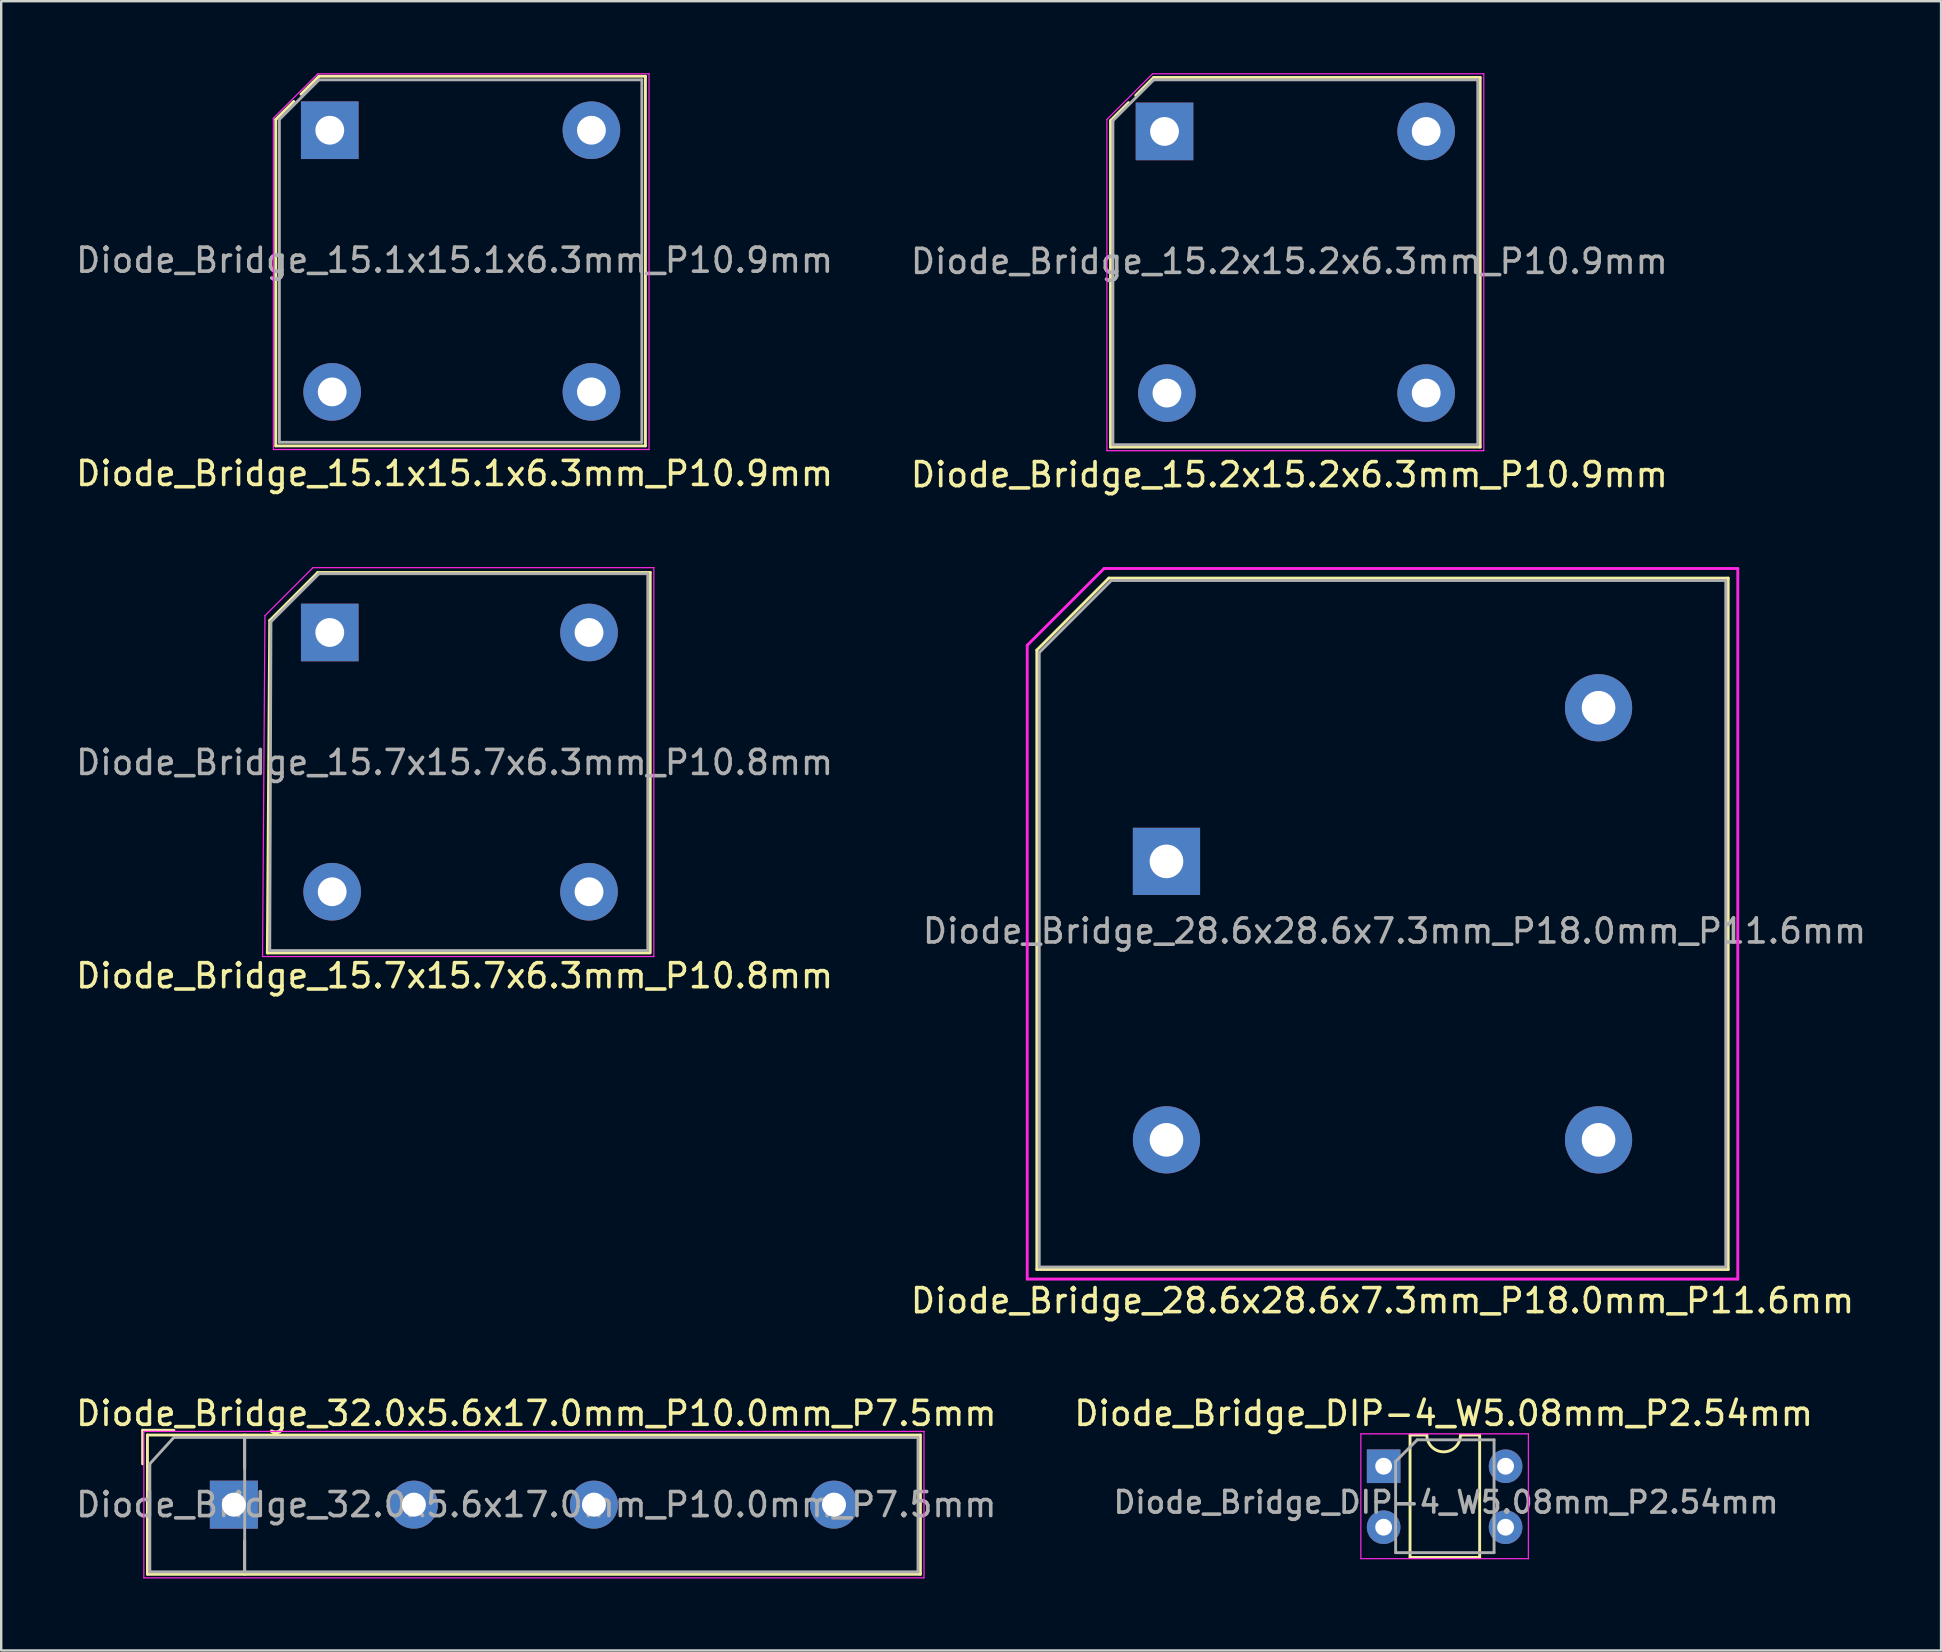
<source format=kicad_pcb>
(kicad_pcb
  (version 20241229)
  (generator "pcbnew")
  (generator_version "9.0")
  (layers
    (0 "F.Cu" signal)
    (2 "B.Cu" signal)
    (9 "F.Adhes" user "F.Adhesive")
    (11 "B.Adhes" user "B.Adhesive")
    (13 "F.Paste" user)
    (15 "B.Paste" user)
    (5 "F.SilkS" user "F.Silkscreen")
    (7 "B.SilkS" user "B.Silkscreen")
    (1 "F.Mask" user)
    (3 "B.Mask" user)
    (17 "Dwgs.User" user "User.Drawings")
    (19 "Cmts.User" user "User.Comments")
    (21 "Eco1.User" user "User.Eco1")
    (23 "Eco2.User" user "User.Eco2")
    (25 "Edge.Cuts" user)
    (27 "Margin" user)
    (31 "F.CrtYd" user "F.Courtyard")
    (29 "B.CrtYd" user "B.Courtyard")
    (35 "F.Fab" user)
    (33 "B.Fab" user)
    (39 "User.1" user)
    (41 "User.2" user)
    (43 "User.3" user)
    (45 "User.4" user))
  (footprint "Diode_Bridge_28.6x28.6x7.3mm_P18.0mm_P11.6mm"
    (layer "F.Cu")
    (at 45.542 32.833)
    (property "Reference" "Diode_Bridge_28.6x28.6x7.3mm_P18.0mm_P11.6mm" (at 9 18.3 180) (layer "F.SilkS") (effects (font (size 1 1) (thickness 0.15))))
    (attr through_hole)
    (fp_line (start -5.4 -8.8) (end -5.4 17) (stroke (width 0.12) (type solid)) (layer "F.SilkS"))
    (fp_line (start -5.4 17) (end 23.4 17) (stroke (width 0.12) (type solid)) (layer "F.SilkS"))
    (fp_line (start -2.4 -11.8) (end -5.4 -8.8) (stroke (width 0.12) (type solid)) (layer "F.SilkS"))
    (fp_line (start 23.4 -11.8) (end -2.4 -11.8) (stroke (width 0.12) (type solid)) (layer "F.SilkS"))
    (fp_line (start 23.4 17) (end 23.4 -11.8) (stroke (width 0.12) (type solid)) (layer "F.SilkS"))
    (fp_line (start -5.8 -9) (end -5.8 17.4) (stroke (width 0.12) (type solid)) (layer "F.CrtYd"))
    (fp_line (start -5.8 17.4) (end 23.8 17.4) (stroke (width 0.12) (type solid)) (layer "F.CrtYd"))
    (fp_line (start -2.6 -12.2) (end -5.8 -9) (stroke (width 0.12) (type solid)) (layer "F.CrtYd"))
    (fp_line (start 23.8 -12.2) (end -2.6 -12.2) (stroke (width 0.12) (type solid)) (layer "F.CrtYd"))
    (fp_line (start 23.8 17.4) (end 23.8 -12.2) (stroke (width 0.12) (type solid)) (layer "F.CrtYd"))
    (fp_line (start -5.3 -8.7) (end -5.3 16.9) (stroke (width 0.12) (type solid)) (layer "F.Fab"))
    (fp_line (start -5.3 16.9) (end 23.3 16.9) (stroke (width 0.12) (type solid)) (layer "F.Fab"))
    (fp_line (start -2.3 -11.7) (end -5.3 -8.7) (stroke (width 0.12) (type solid)) (layer "F.Fab"))
    (fp_line (start 23.3 -11.7) (end -2.3 -11.7) (stroke (width 0.12) (type solid)) (layer "F.Fab"))
    (fp_line (start 23.3 16.9) (end 23.3 -11.7) (stroke (width 0.12) (type solid)) (layer "F.Fab"))
    (fp_text user "${REFERENCE}" (at 9.5 2.9 180) (layer "F.Fab") (effects (font (size 1 1) (thickness 0.15))))
    (pad "1" thru_hole rect (at 0 0 180) (size 2.8 2.8) (drill 1.4) (layers "*.Cu" "*.Mask"))
    (pad "2" thru_hole circle (at 0 11.6 180) (size 2.8 2.8) (drill 1.4) (layers "*.Cu" "*.Mask"))
    (pad "3" thru_hole circle (at 18 11.6 180) (size 2.8 2.8) (drill 1.4) (layers "*.Cu" "*.Mask"))
    (pad "4" thru_hole circle (at 18 -6.4 180) (size 2.8 2.8) (drill 1.4) (layers "*.Cu" "*.Mask")))
  (footprint "Diode_Bridge_32.0x5.6x17.0mm_P10.0mm_P7.5mm"
    (layer "F.Cu")
    (at 6.692 59.63)
    (property "Reference" "Diode_Bridge_32.0x5.6x17.0mm_P10.0mm_P7.5mm" (at 12.6 -3.8 180) (layer "F.SilkS") (effects (font (size 1 1) (thickness 0.15))))
    (attr through_hole)
    (fp_line (start -3.8 -3.1) (end -2.5 -3.1) (stroke (width 0.12) (type solid)) (layer "F.SilkS"))
    (fp_line (start -3.8 -1.7) (end -3.8 -3.1) (stroke (width 0.12) (type solid)) (layer "F.SilkS"))
    (fp_line (start -3.6 -2.9) (end 28.6 -2.9) (stroke (width 0.12) (type solid)) (layer "F.SilkS"))
    (fp_line (start -3.6 2.9) (end -3.6 -2.9) (stroke (width 0.12) (type solid)) (layer "F.SilkS"))
    (fp_line (start 0.45 -2.9) (end 0.45 -1.5) (stroke (width 0.12) (type solid)) (layer "F.SilkS"))
    (fp_line (start 0.45 2.9) (end 0.45 1.5) (stroke (width 0.12) (type solid)) (layer "F.SilkS"))
    (fp_line (start 28.6 -2.9) (end 28.6 2.9) (stroke (width 0.12) (type solid)) (layer "F.SilkS"))
    (fp_line (start 28.6 2.9) (end -3.6 2.9) (stroke (width 0.12) (type solid)) (layer "F.SilkS"))
    (fp_line (start -3.75 -3.05) (end 28.75 -3.05) (stroke (width 0.05) (type solid)) (layer "F.CrtYd"))
    (fp_line (start -3.75 3.05) (end -3.75 -3.05) (stroke (width 0.05) (type solid)) (layer "F.CrtYd"))
    (fp_line (start 28.75 -3.05) (end 28.75 3.05) (stroke (width 0.05) (type solid)) (layer "F.CrtYd"))
    (fp_line (start 28.75 3.05) (end -3.75 3.05) (stroke (width 0.05) (type solid)) (layer "F.CrtYd"))
    (fp_line (start -3.5 -1.7) (end -3.5 2.8) (stroke (width 0.12) (type solid)) (layer "F.Fab"))
    (fp_line (start -3.5 2.8) (end 28.5 2.8) (stroke (width 0.12) (type solid)) (layer "F.Fab"))
    (fp_line (start -2.5 -2.8) (end -3.5 -1.7) (stroke (width 0.12) (type solid)) (layer "F.Fab"))
    (fp_line (start 0.45 -2.8) (end 0.45 2.8) (stroke (width 0.12) (type solid)) (layer "F.Fab"))
    (fp_line (start 28.5 -2.8) (end -2.5 -2.8) (stroke (width 0.12) (type solid)) (layer "F.Fab"))
    (fp_line (start 28.5 2.8) (end 28.5 -2.8) (stroke (width 0.12) (type solid)) (layer "F.Fab"))
    (fp_text user "${REFERENCE}" (at 12.6 0 180) (layer "F.Fab") (effects (font (size 1 1) (thickness 0.15))))
    (pad "1" thru_hole rect (at 0 0) (size 2 2) (drill 1) (layers "*.Cu" "*.Mask"))
    (pad "2" thru_hole circle (at 7.5 0) (size 2 2) (drill 1) (layers "*.Cu" "*.Mask"))
    (pad "3" thru_hole circle (at 15 0) (size 2 2) (drill 1) (layers "*.Cu" "*.Mask"))
    (pad "4" thru_hole circle (at 25 0) (size 2 2) (drill 1) (layers "*.Cu" "*.Mask")))
  (footprint "Diode_Bridge_15.1x15.1x6.3mm_P10.9mm"
    (layer "F.Cu")
    (at 10.687 2.375)
    (property "Reference" "Diode_Bridge_15.1x15.1x6.3mm_P10.9mm" (at 5.2 14.3 180) (layer "F.SilkS") (effects (font (size 1 1) (thickness 0.15))))
    (attr through_hole)
    (fp_line (start -2.25 -0.45) (end -1.5 -1.2) (stroke (width 0.12) (type solid)) (layer "F.SilkS"))
    (fp_line (start -2.25 13.15) (end -2.25 -0.45) (stroke (width 0.12) (type solid)) (layer "F.SilkS"))
    (fp_line (start -1.2 -1.5) (end -0.45 -2.25) (stroke (width 0.12) (type solid)) (layer "F.SilkS"))
    (fp_line (start -0.45 -2.25) (end 13.15 -2.25) (stroke (width 0.12) (type solid)) (layer "F.SilkS"))
    (fp_line (start 13.15 -2.25) (end 13.15 13.15) (stroke (width 0.12) (type solid)) (layer "F.SilkS"))
    (fp_line (start 13.15 13.15) (end -2.25 13.15) (stroke (width 0.12) (type solid)) (layer "F.SilkS"))
    (fp_line (start -2.35 -0.5) (end -0.5 -2.35) (stroke (width 0.05) (type solid)) (layer "F.CrtYd"))
    (fp_line (start -2.35 13.3) (end -2.35 -0.5) (stroke (width 0.05) (type solid)) (layer "F.CrtYd"))
    (fp_line (start -0.5 -2.35) (end 13.3 -2.35) (stroke (width 0.05) (type solid)) (layer "F.CrtYd"))
    (fp_line (start 13.3 -2.35) (end 13.3 13.3) (stroke (width 0.05) (type solid)) (layer "F.CrtYd"))
    (fp_line (start 13.3 13.3) (end -2.35 13.3) (stroke (width 0.05) (type solid)) (layer "F.CrtYd"))
    (fp_line (start -2.1 -0.45) (end -0.45 -2.1) (stroke (width 0.12) (type solid)) (layer "F.Fab"))
    (fp_line (start -2.1 13) (end -2.1 -0.45) (stroke (width 0.12) (type solid)) (layer "F.Fab"))
    (fp_line (start -0.45 -2.1) (end 13 -2.1) (stroke (width 0.12) (type solid)) (layer "F.Fab"))
    (fp_line (start 13 -2.1) (end 13 13) (stroke (width 0.12) (type solid)) (layer "F.Fab"))
    (fp_line (start 13 13) (end -2.1 13) (stroke (width 0.12) (type solid)) (layer "F.Fab"))
    (fp_text user "${REFERENCE}" (at 5.2 5.415 180) (layer "F.Fab") (effects (font (size 1 1) (thickness 0.15))))
    (pad "1" thru_hole rect (at 0 0 180) (size 2.4 2.4) (drill 1.2) (layers "*.Cu" "*.Mask"))
    (pad "2" thru_hole circle (at 0.1 10.9 180) (size 2.4 2.4) (drill 1.2) (layers "*.Cu" "*.Mask"))
    (pad "3" thru_hole circle (at 10.9 10.9 180) (size 2.4 2.4) (drill 1.2) (layers "*.Cu" "*.Mask"))
    (pad "4" thru_hole circle (at 10.9 0 180) (size 2.4 2.4) (drill 1.2) (layers "*.Cu" "*.Mask")))
  (footprint "Diode_Bridge_15.7x15.7x6.3mm_P10.8mm"
    (layer "F.Cu")
    (at 10.687 23.298)
    (property "Reference" "Diode_Bridge_15.7x15.7x6.3mm_P10.8mm" (at 5.2 14.3 180) (layer "F.SilkS") (effects (font (size 1 1) (thickness 0.15))))
    (attr through_hole)
    (fp_line (start -2.6 13.35) (end -2.5 -0.5) (stroke (width 0.12) (type solid)) (layer "F.SilkS"))
    (fp_line (start -2.5 -0.5) (end -0.5 -2.5) (stroke (width 0.12) (type solid)) (layer "F.SilkS"))
    (fp_line (start -0.5 -2.5) (end 13.35 -2.5) (stroke (width 0.12) (type solid)) (layer "F.SilkS"))
    (fp_line (start 13.3 13.35) (end -2.6 13.35) (stroke (width 0.12) (type solid)) (layer "F.SilkS"))
    (fp_line (start 13.35 -2.5) (end 13.35 13.35) (stroke (width 0.12) (type solid)) (layer "F.SilkS"))
    (fp_line (start -2.8 13.5) (end -2.7 -0.7) (stroke (width 0.05) (type solid)) (layer "F.CrtYd"))
    (fp_line (start -2.7 -0.7) (end -0.7 -2.7) (stroke (width 0.05) (type solid)) (layer "F.CrtYd"))
    (fp_line (start -0.7 -2.7) (end 13.5 -2.7) (stroke (width 0.05) (type solid)) (layer "F.CrtYd"))
    (fp_line (start 13.5 -2.7) (end 13.5 13.5) (stroke (width 0.05) (type solid)) (layer "F.CrtYd"))
    (fp_line (start 13.5 13.5) (end -2.8 13.5) (stroke (width 0.05) (type solid)) (layer "F.CrtYd"))
    (fp_line (start -2.5 13.25) (end -2.45 -0.45) (stroke (width 0.12) (type solid)) (layer "F.Fab"))
    (fp_line (start -2.45 -0.45) (end -0.45 -2.45) (stroke (width 0.12) (type solid)) (layer "F.Fab"))
    (fp_line (start -0.45 -2.45) (end 13.25 -2.45) (stroke (width 0.12) (type solid)) (layer "F.Fab"))
    (fp_line (start 13.25 -2.45) (end 13.25 13.25) (stroke (width 0.12) (type solid)) (layer "F.Fab"))
    (fp_line (start 13.25 13.25) (end -2.5 13.25) (stroke (width 0.12) (type solid)) (layer "F.Fab"))
    (fp_text user "${REFERENCE}" (at 5.2 5.415 180) (layer "F.Fab") (effects (font (size 1 1) (thickness 0.15))))
    (pad "1" thru_hole rect (at 0 0 180) (size 2.4 2.4) (drill 1.2) (layers "*.Cu" "*.Mask"))
    (pad "2" thru_hole circle (at 0.1 10.8 180) (size 2.4 2.4) (drill 1.2) (layers "*.Cu" "*.Mask"))
    (pad "3" thru_hole circle (at 10.8 10.8 180) (size 2.4 2.4) (drill 1.2) (layers "*.Cu" "*.Mask"))
    (pad "4" thru_hole circle (at 10.8 0 180) (size 2.4 2.4) (drill 1.2) (layers "*.Cu" "*.Mask")))
  (footprint "Diode_Bridge_15.2x15.2x6.3mm_P10.9mm"
    (layer "F.Cu")
    (at 45.461 2.425)
    (property "Reference" "Diode_Bridge_15.2x15.2x6.3mm_P10.9mm" (at 5.2 14.3 180) (layer "F.SilkS") (effects (font (size 1 1) (thickness 0.15))))
    (attr through_hole)
    (fp_line (start -2.25 -0.45) (end -1.5 -1.2) (stroke (width 0.12) (type solid)) (layer "F.SilkS"))
    (fp_line (start -2.25 13.15) (end -2.25 -0.45) (stroke (width 0.12) (type solid)) (layer "F.SilkS"))
    (fp_line (start -1.2 -1.5) (end -0.45 -2.25) (stroke (width 0.12) (type solid)) (layer "F.SilkS"))
    (fp_line (start -0.45 -2.25) (end 13.15 -2.25) (stroke (width 0.12) (type solid)) (layer "F.SilkS"))
    (fp_line (start 13.15 -2.25) (end 13.15 13.15) (stroke (width 0.12) (type solid)) (layer "F.SilkS"))
    (fp_line (start 13.15 13.15) (end -2.25 13.15) (stroke (width 0.12) (type solid)) (layer "F.SilkS"))
    (fp_line (start -2.4 -0.5) (end -0.5 -2.4) (stroke (width 0.05) (type solid)) (layer "F.CrtYd"))
    (fp_line (start -2.4 13.3) (end -2.4 -0.5) (stroke (width 0.05) (type solid)) (layer "F.CrtYd"))
    (fp_line (start -0.5 -2.4) (end 13.3 -2.4) (stroke (width 0.05) (type solid)) (layer "F.CrtYd"))
    (fp_line (start 13.3 -2.4) (end 13.3 13.3) (stroke (width 0.05) (type solid)) (layer "F.CrtYd"))
    (fp_line (start 13.3 13.3) (end -2.4 13.3) (stroke (width 0.05) (type solid)) (layer "F.CrtYd"))
    (fp_line (start -2.15 -0.45) (end -0.45 -2.15) (stroke (width 0.12) (type solid)) (layer "F.Fab"))
    (fp_line (start -2.15 13.05) (end -2.15 -0.45) (stroke (width 0.12) (type solid)) (layer "F.Fab"))
    (fp_line (start -0.45 -2.15) (end 13.05 -2.15) (stroke (width 0.12) (type solid)) (layer "F.Fab"))
    (fp_line (start 13.05 -2.15) (end 13.05 13.05) (stroke (width 0.12) (type solid)) (layer "F.Fab"))
    (fp_line (start 13.05 13.05) (end -2.15 13.05) (stroke (width 0.12) (type solid)) (layer "F.Fab"))
    (fp_text user "${REFERENCE}" (at 5.2 5.415 180) (layer "F.Fab") (effects (font (size 1 1) (thickness 0.15))))
    (pad "1" thru_hole rect (at 0 0 180) (size 2.4 2.4) (drill 1.2) (layers "*.Cu" "*.Mask"))
    (pad "2" thru_hole circle (at 0.1 10.9 180) (size 2.4 2.4) (drill 1.2) (layers "*.Cu" "*.Mask"))
    (pad "3" thru_hole circle (at 10.9 10.9 180) (size 2.4 2.4) (drill 1.2) (layers "*.Cu" "*.Mask"))
    (pad "4" thru_hole circle (at 10.9 0 180) (size 2.4 2.4) (drill 1.2) (layers "*.Cu" "*.Mask")))
  (footprint "Diode_Bridge_DIP-4_W5.08mm_P2.54mm"
    (layer "F.Cu")
    (at 54.589 58.03)
    (property "Reference" "Diode_Bridge_DIP-4_W5.08mm_P2.54mm" (at 2.5 -2.2 0) (layer "F.SilkS") (effects (font (size 1 1) (thickness 0.15))))
    (attr through_hole)
    (fp_line (start 1.1 -1.3) (end 1.1 3.8) (stroke (width 0.12) (type solid)) (layer "F.SilkS"))
    (fp_line (start 1.1 3.8) (end 4 3.8) (stroke (width 0.12) (type solid)) (layer "F.SilkS"))
    (fp_line (start 1.8 -1.3) (end 1.1 -1.3) (stroke (width 0.12) (type solid)) (layer "F.SilkS"))
    (fp_line (start 4 -1.3) (end 3.2 -1.3) (stroke (width 0.12) (type solid)) (layer "F.SilkS"))
    (fp_line (start 4 3.8) (end 4 -1.3) (stroke (width 0.12) (type solid)) (layer "F.SilkS"))
    (fp_arc (start 3.2 -1.3) (mid 2.5 -0.6) (end 1.8 -1.3) (stroke (width 0.12) (type solid)) (layer "F.SilkS"))
    (fp_line (start -0.95 -1.35) (end -0.95 3.85) (stroke (width 0.05) (type solid)) (layer "F.CrtYd"))
    (fp_line (start -0.95 -1.35) (end 6.03 -1.35) (stroke (width 0.05) (type solid)) (layer "F.CrtYd"))
    (fp_line (start 6.03 3.85) (end -0.95 3.85) (stroke (width 0.05) (type solid)) (layer "F.CrtYd"))
    (fp_line (start 6.03 3.85) (end 6.03 -1.35) (stroke (width 0.05) (type solid)) (layer "F.CrtYd"))
    (fp_line (start 0.5 -0.2) (end 1.4 -1.1) (stroke (width 0.12) (type solid)) (layer "F.Fab"))
    (fp_line (start 0.5 3.6) (end 0.5 -0.2) (stroke (width 0.12) (type solid)) (layer "F.Fab"))
    (fp_line (start 1.4 -1.1) (end 4.6 -1.1) (stroke (width 0.12) (type solid)) (layer "F.Fab"))
    (fp_line (start 4.6 -1.1) (end 4.6 3.6) (stroke (width 0.12) (type solid)) (layer "F.Fab"))
    (fp_line (start 4.6 3.6) (end 0.5 3.6) (stroke (width 0.12) (type solid)) (layer "F.Fab"))
    (fp_text user "${REFERENCE}" (at 2.6 1.5 0) (layer "F.Fab") (effects (font (size 0.9 0.9) (thickness 0.15))))
    (pad "1" thru_hole rect (at 0 0) (size 1.4 1.4) (drill 0.7) (layers "*.Cu" "*.Mask"))
    (pad "2" thru_hole circle (at 0 2.54) (size 1.4 1.4) (drill 0.7) (layers "*.Cu" "*.Mask"))
    (pad "3" thru_hole circle (at 5.08 2.54) (size 1.4 1.4) (drill 0.7) (layers "*.Cu" "*.Mask"))
    (pad "4" thru_hole circle (at 5.08 0) (size 1.4 1.4) (drill 0.7) (layers "*.Cu" "*.Mask")))
  (gr_rect
    (start -3 -3)
    (end 77.81 65.705)
    (stroke (width 0.1) (type default))
    (fill no)
    (layer "Edge.Cuts")))
</source>
